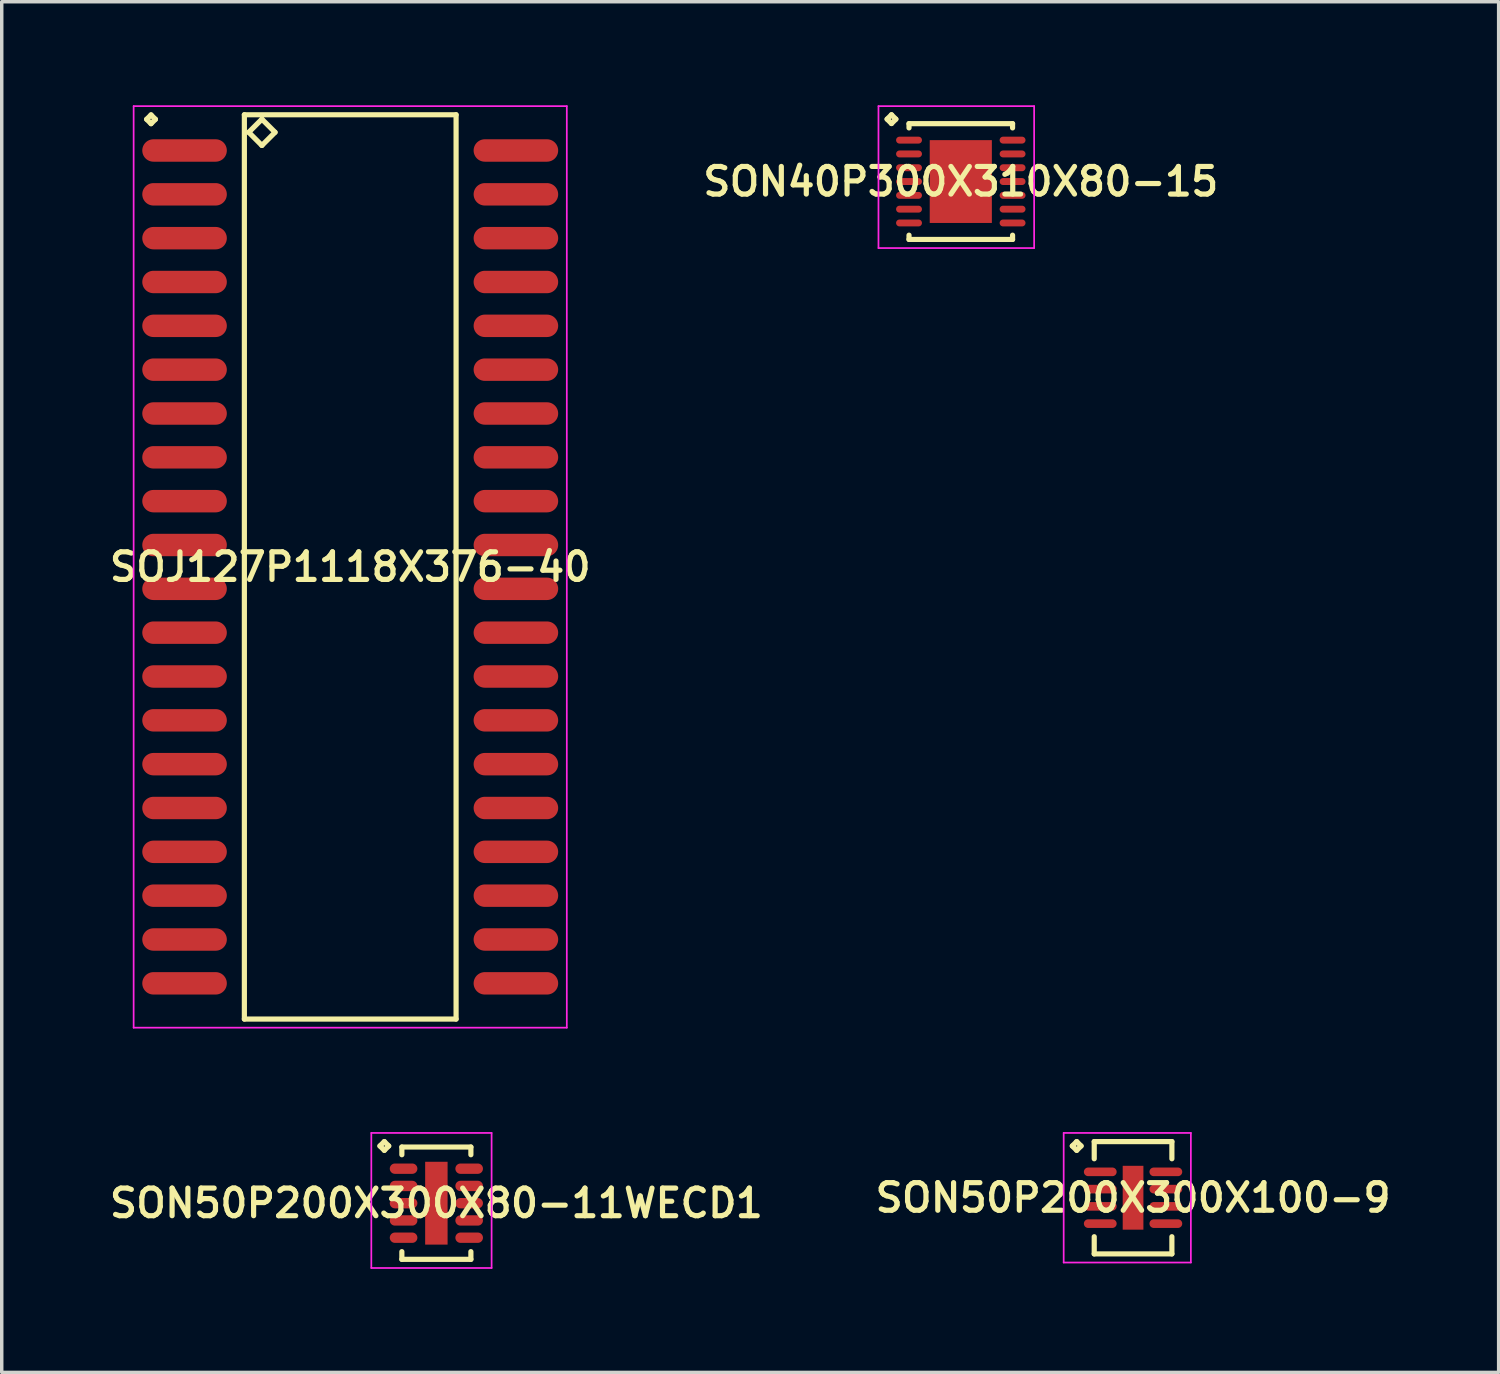
<source format=kicad_pcb>
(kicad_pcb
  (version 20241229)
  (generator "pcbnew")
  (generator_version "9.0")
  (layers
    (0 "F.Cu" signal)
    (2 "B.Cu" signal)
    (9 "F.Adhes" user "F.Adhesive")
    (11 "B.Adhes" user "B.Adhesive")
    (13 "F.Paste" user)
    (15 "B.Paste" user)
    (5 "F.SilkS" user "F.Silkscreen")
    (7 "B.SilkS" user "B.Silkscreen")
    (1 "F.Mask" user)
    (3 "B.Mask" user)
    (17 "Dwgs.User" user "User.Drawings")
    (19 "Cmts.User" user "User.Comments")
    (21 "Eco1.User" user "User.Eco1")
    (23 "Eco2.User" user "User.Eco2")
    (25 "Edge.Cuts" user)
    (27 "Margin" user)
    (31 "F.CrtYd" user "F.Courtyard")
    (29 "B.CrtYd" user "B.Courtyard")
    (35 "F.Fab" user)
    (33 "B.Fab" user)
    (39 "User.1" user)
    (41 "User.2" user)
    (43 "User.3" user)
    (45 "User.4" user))
  (footprint "SON40P300X310X80-15"
    (layer "F.Cu")
    (at 24.787 2.21)
    (property "Reference" "SON40P300X310X80-15" (at 0 0 0) (layer "F.SilkS") (effects (font (size 0.8 0.8) (thickness 0.15))))
    (attr smd)
    (fp_line (start -2.135 -1.808) (end -2.008 -1.935) (stroke (width 0.15) (type solid)) (layer "F.SilkS"))
    (fp_line (start -2.008 -1.935) (end -1.881 -1.808) (stroke (width 0.15) (type solid)) (layer "F.SilkS"))
    (fp_line (start -2.008 -1.681) (end -2.135 -1.808) (stroke (width 0.15) (type solid)) (layer "F.SilkS"))
    (fp_line (start -1.881 -1.808) (end -2.008 -1.681) (stroke (width 0.15) (type solid)) (layer "F.SilkS"))
    (fp_line (start -1.5 -1.677) (end 1.5 -1.677) (stroke (width 0.15) (type solid)) (layer "F.SilkS"))
    (fp_line (start -1.5 -1.554) (end -1.5 -1.677) (stroke (width 0.15) (type solid)) (layer "F.SilkS"))
    (fp_line (start -1.5 1.554) (end -1.5 1.677) (stroke (width 0.15) (type solid)) (layer "F.SilkS"))
    (fp_line (start -1.5 1.677) (end 1.5 1.677) (stroke (width 0.15) (type solid)) (layer "F.SilkS"))
    (fp_line (start 1.5 -1.677) (end 1.5 -1.554) (stroke (width 0.15) (type solid)) (layer "F.SilkS"))
    (fp_line (start 1.5 1.677) (end 1.5 1.554) (stroke (width 0.15) (type solid)) (layer "F.SilkS"))
    (fp_line (start -2.385 -2.185) (end 2.125 -2.185) (stroke (width 0.05) (type solid)) (layer "F.CrtYd"))
    (fp_line (start -2.385 1.927) (end -2.385 -2.185) (stroke (width 0.05) (type solid)) (layer "F.CrtYd"))
    (fp_line (start 2.125 -2.185) (end 2.125 1.927) (stroke (width 0.05) (type solid)) (layer "F.CrtYd"))
    (fp_line (start 2.125 1.927) (end -2.385 1.927) (stroke (width 0.05) (type solid)) (layer "F.CrtYd"))
    (pad "1" smd oval (at -1.5 -1.2) (size 0.75 0.2) (layers "F.Cu" "F.Mask" "F.Paste"))
    (pad "2" smd oval (at -1.5 -0.8) (size 0.75 0.2) (layers "F.Cu" "F.Mask" "F.Paste"))
    (pad "3" smd oval (at -1.5 -0.4) (size 0.75 0.2) (layers "F.Cu" "F.Mask" "F.Paste"))
    (pad "4" smd oval (at -1.5 0) (size 0.75 0.2) (layers "F.Cu" "F.Mask" "F.Paste"))
    (pad "5" smd oval (at -1.5 0.4) (size 0.75 0.2) (layers "F.Cu" "F.Mask" "F.Paste"))
    (pad "6" smd oval (at -1.5 0.8) (size 0.75 0.2) (layers "F.Cu" "F.Mask" "F.Paste"))
    (pad "7" smd oval (at -1.5 1.2) (size 0.75 0.2) (layers "F.Cu" "F.Mask" "F.Paste"))
    (pad "8" smd oval (at 1.5 1.2) (size 0.75 0.2) (layers "F.Cu" "F.Mask" "F.Paste"))
    (pad "9" smd oval (at 1.5 0.8) (size 0.75 0.2) (layers "F.Cu" "F.Mask" "F.Paste"))
    (pad "10" smd oval (at 1.5 0.4) (size 0.75 0.2) (layers "F.Cu" "F.Mask" "F.Paste"))
    (pad "11" smd oval (at 1.5 0) (size 0.75 0.2) (layers "F.Cu" "F.Mask" "F.Paste"))
    (pad "12" smd oval (at 1.5 -0.4) (size 0.75 0.2) (layers "F.Cu" "F.Mask" "F.Paste"))
    (pad "13" smd oval (at 1.5 -0.8) (size 0.75 0.2) (layers "F.Cu" "F.Mask" "F.Paste"))
    (pad "14" smd oval (at 1.5 -1.2) (size 0.75 0.2) (layers "F.Cu" "F.Mask" "F.Paste"))
    (pad "15" smd rect (at 0 0) (size 1.8 2.4) (layers "F.Cu" "F.Mask" "F.Paste")))
  (footprint "SON50P200X300X100-9"
    (layer "F.Cu")
    (at 29.778 31.652)
    (property "Reference" "SON50P200X300X100-9" (at 0 0 0) (layer "F.SilkS") (effects (font (size 0.8 0.8) (thickness 0.15))))
    (attr smd)
    (fp_line (start -1.76 -1.5) (end -1.633 -1.627) (stroke (width 0.15) (type solid)) (layer "F.SilkS"))
    (fp_line (start -1.633 -1.627) (end -1.506 -1.5) (stroke (width 0.15) (type solid)) (layer "F.SilkS"))
    (fp_line (start -1.633 -1.373) (end -1.76 -1.5) (stroke (width 0.15) (type solid)) (layer "F.SilkS"))
    (fp_line (start -1.506 -1.5) (end -1.633 -1.373) (stroke (width 0.15) (type solid)) (layer "F.SilkS"))
    (fp_line (start -1.125 -1.627) (end 1.125 -1.627) (stroke (width 0.15) (type solid)) (layer "F.SilkS"))
    (fp_line (start -1.125 -1.129) (end -1.125 -1.627) (stroke (width 0.15) (type solid)) (layer "F.SilkS"))
    (fp_line (start -1.125 1.129) (end -1.125 1.627) (stroke (width 0.15) (type solid)) (layer "F.SilkS"))
    (fp_line (start -1.125 1.627) (end 1.125 1.627) (stroke (width 0.15) (type solid)) (layer "F.SilkS"))
    (fp_line (start 1.125 -1.627) (end 1.125 -1.129) (stroke (width 0.15) (type solid)) (layer "F.SilkS"))
    (fp_line (start 1.125 1.627) (end 1.125 1.129) (stroke (width 0.15) (type solid)) (layer "F.SilkS"))
    (fp_line (start -2.01 -1.877) (end 1.675 -1.877) (stroke (width 0.05) (type solid)) (layer "F.CrtYd"))
    (fp_line (start -2.01 1.877) (end -2.01 -1.877) (stroke (width 0.05) (type solid)) (layer "F.CrtYd"))
    (fp_line (start 1.675 -1.877) (end 1.675 1.877) (stroke (width 0.05) (type solid)) (layer "F.CrtYd"))
    (fp_line (start 1.675 1.877) (end -2.01 1.877) (stroke (width 0.05) (type solid)) (layer "F.CrtYd"))
    (pad "1" smd oval (at -0.95 -0.75) (size 0.95 0.25) (layers "F.Cu" "F.Mask" "F.Paste"))
    (pad "2" smd oval (at -0.95 -0.25) (size 0.95 0.25) (layers "F.Cu" "F.Mask" "F.Paste"))
    (pad "3" smd oval (at -0.95 0.25) (size 0.95 0.25) (layers "F.Cu" "F.Mask" "F.Paste"))
    (pad "4" smd oval (at -0.95 0.75) (size 0.95 0.25) (layers "F.Cu" "F.Mask" "F.Paste"))
    (pad "5" smd oval (at 0.95 0.75) (size 0.95 0.25) (layers "F.Cu" "F.Mask" "F.Paste"))
    (pad "6" smd oval (at 0.95 0.25) (size 0.95 0.25) (layers "F.Cu" "F.Mask" "F.Paste"))
    (pad "7" smd oval (at 0.95 -0.25) (size 0.95 0.25) (layers "F.Cu" "F.Mask" "F.Paste"))
    (pad "8" smd oval (at 0.95 -0.75) (size 0.95 0.25) (layers "F.Cu" "F.Mask" "F.Paste"))
    (pad "9" smd rect (at 0 0) (size 0.6 1.85) (layers "F.Cu" "F.Mask" "F.Paste")))
  (footprint "SOJ127P1118X376-40"
    (layer "F.Cu")
    (at 7.097 13.375)
    (property "Reference" "SOJ127P1118X376-40" (at 0 0 0) (layer "F.SilkS") (effects (font (size 0.8 0.8) (thickness 0.15))))
    (attr smd)
    (fp_line (start -5.898 -12.969) (end -5.771 -13.096) (stroke (width 0.15) (type solid)) (layer "F.SilkS"))
    (fp_line (start -5.771 -13.096) (end -5.644 -12.969) (stroke (width 0.15) (type solid)) (layer "F.SilkS"))
    (fp_line (start -5.771 -12.842) (end -5.898 -12.969) (stroke (width 0.15) (type solid)) (layer "F.SilkS"))
    (fp_line (start -5.644 -12.969) (end -5.771 -12.842) (stroke (width 0.15) (type solid)) (layer "F.SilkS"))
    (fp_line (start -3.067 -13.1) (end -3.067 13.1) (stroke (width 0.15) (type solid)) (layer "F.SilkS"))
    (fp_line (start -3.067 13.1) (end 3.067 13.1) (stroke (width 0.15) (type solid)) (layer "F.SilkS"))
    (fp_line (start -2.94 -12.592) (end -2.559 -12.973) (stroke (width 0.15) (type solid)) (layer "F.SilkS"))
    (fp_line (start -2.559 -12.973) (end -2.178 -12.592) (stroke (width 0.15) (type solid)) (layer "F.SilkS"))
    (fp_line (start -2.559 -12.211) (end -2.94 -12.592) (stroke (width 0.15) (type solid)) (layer "F.SilkS"))
    (fp_line (start -2.178 -12.592) (end -2.559 -12.211) (stroke (width 0.15) (type solid)) (layer "F.SilkS"))
    (fp_line (start 3.067 -13.1) (end -3.067 -13.1) (stroke (width 0.15) (type solid)) (layer "F.SilkS"))
    (fp_line (start 3.067 13.1) (end 3.067 -13.1) (stroke (width 0.15) (type solid)) (layer "F.SilkS"))
    (fp_line (start -6.275 -13.35) (end 6.275 -13.35) (stroke (width 0.05) (type solid)) (layer "F.CrtYd"))
    (fp_line (start -6.275 13.35) (end -6.275 -13.35) (stroke (width 0.05) (type solid)) (layer "F.CrtYd"))
    (fp_line (start 6.275 -13.35) (end 6.275 13.35) (stroke (width 0.05) (type solid)) (layer "F.CrtYd"))
    (fp_line (start 6.275 13.35) (end -6.275 13.35) (stroke (width 0.05) (type solid)) (layer "F.CrtYd"))
    (pad "1" smd oval (at -4.8 -12.065) (size 2.45 0.65) (layers "F.Cu" "F.Mask" "F.Paste"))
    (pad "2" smd oval (at -4.8 -10.795) (size 2.45 0.65) (layers "F.Cu" "F.Mask" "F.Paste"))
    (pad "3" smd oval (at -4.8 -9.525) (size 2.45 0.65) (layers "F.Cu" "F.Mask" "F.Paste"))
    (pad "4" smd oval (at -4.8 -8.255) (size 2.45 0.65) (layers "F.Cu" "F.Mask" "F.Paste"))
    (pad "5" smd oval (at -4.8 -6.985) (size 2.45 0.65) (layers "F.Cu" "F.Mask" "F.Paste"))
    (pad "6" smd oval (at -4.8 -5.715) (size 2.45 0.65) (layers "F.Cu" "F.Mask" "F.Paste"))
    (pad "7" smd oval (at -4.8 -4.445) (size 2.45 0.65) (layers "F.Cu" "F.Mask" "F.Paste"))
    (pad "8" smd oval (at -4.8 -3.175) (size 2.45 0.65) (layers "F.Cu" "F.Mask" "F.Paste"))
    (pad "9" smd oval (at -4.8 -1.905) (size 2.45 0.65) (layers "F.Cu" "F.Mask" "F.Paste"))
    (pad "10" smd oval (at -4.8 -0.635) (size 2.45 0.65) (layers "F.Cu" "F.Mask" "F.Paste"))
    (pad "11" smd oval (at -4.8 0.635) (size 2.45 0.65) (layers "F.Cu" "F.Mask" "F.Paste"))
    (pad "12" smd oval (at -4.8 1.905) (size 2.45 0.65) (layers "F.Cu" "F.Mask" "F.Paste"))
    (pad "13" smd oval (at -4.8 3.175) (size 2.45 0.65) (layers "F.Cu" "F.Mask" "F.Paste"))
    (pad "14" smd oval (at -4.8 4.445) (size 2.45 0.65) (layers "F.Cu" "F.Mask" "F.Paste"))
    (pad "15" smd oval (at -4.8 5.715) (size 2.45 0.65) (layers "F.Cu" "F.Mask" "F.Paste"))
    (pad "16" smd oval (at -4.8 6.985) (size 2.45 0.65) (layers "F.Cu" "F.Mask" "F.Paste"))
    (pad "17" smd oval (at -4.8 8.255) (size 2.45 0.65) (layers "F.Cu" "F.Mask" "F.Paste"))
    (pad "18" smd oval (at -4.8 9.525) (size 2.45 0.65) (layers "F.Cu" "F.Mask" "F.Paste"))
    (pad "19" smd oval (at -4.8 10.795) (size 2.45 0.65) (layers "F.Cu" "F.Mask" "F.Paste"))
    (pad "20" smd oval (at -4.8 12.065) (size 2.45 0.65) (layers "F.Cu" "F.Mask" "F.Paste"))
    (pad "21" smd oval (at 4.8 12.065) (size 2.45 0.65) (layers "F.Cu" "F.Mask" "F.Paste"))
    (pad "22" smd oval (at 4.8 10.795) (size 2.45 0.65) (layers "F.Cu" "F.Mask" "F.Paste"))
    (pad "23" smd oval (at 4.8 9.525) (size 2.45 0.65) (layers "F.Cu" "F.Mask" "F.Paste"))
    (pad "24" smd oval (at 4.8 8.255) (size 2.45 0.65) (layers "F.Cu" "F.Mask" "F.Paste"))
    (pad "25" smd oval (at 4.8 6.985) (size 2.45 0.65) (layers "F.Cu" "F.Mask" "F.Paste"))
    (pad "26" smd oval (at 4.8 5.715) (size 2.45 0.65) (layers "F.Cu" "F.Mask" "F.Paste"))
    (pad "27" smd oval (at 4.8 4.445) (size 2.45 0.65) (layers "F.Cu" "F.Mask" "F.Paste"))
    (pad "28" smd oval (at 4.8 3.175) (size 2.45 0.65) (layers "F.Cu" "F.Mask" "F.Paste"))
    (pad "29" smd oval (at 4.8 1.905) (size 2.45 0.65) (layers "F.Cu" "F.Mask" "F.Paste"))
    (pad "30" smd oval (at 4.8 0.635) (size 2.45 0.65) (layers "F.Cu" "F.Mask" "F.Paste"))
    (pad "31" smd oval (at 4.8 -0.635) (size 2.45 0.65) (layers "F.Cu" "F.Mask" "F.Paste"))
    (pad "32" smd oval (at 4.8 -1.905) (size 2.45 0.65) (layers "F.Cu" "F.Mask" "F.Paste"))
    (pad "33" smd oval (at 4.8 -3.175) (size 2.45 0.65) (layers "F.Cu" "F.Mask" "F.Paste"))
    (pad "34" smd oval (at 4.8 -4.445) (size 2.45 0.65) (layers "F.Cu" "F.Mask" "F.Paste"))
    (pad "35" smd oval (at 4.8 -5.715) (size 2.45 0.65) (layers "F.Cu" "F.Mask" "F.Paste"))
    (pad "36" smd oval (at 4.8 -6.985) (size 2.45 0.65) (layers "F.Cu" "F.Mask" "F.Paste"))
    (pad "37" smd oval (at 4.8 -8.255) (size 2.45 0.65) (layers "F.Cu" "F.Mask" "F.Paste"))
    (pad "38" smd oval (at 4.8 -9.525) (size 2.45 0.65) (layers "F.Cu" "F.Mask" "F.Paste"))
    (pad "39" smd oval (at 4.8 -10.795) (size 2.45 0.65) (layers "F.Cu" "F.Mask" "F.Paste"))
    (pad "40" smd oval (at 4.8 -12.065) (size 2.45 0.65) (layers "F.Cu" "F.Mask" "F.Paste")))
  (footprint "SON50P200X300X80-11WECD1"
    (layer "F.Cu")
    (at 9.593 31.81)
    (property "Reference" "SON50P200X300X80-11WECD1" (at 0 0 0) (layer "F.SilkS") (effects (font (size 0.8 0.8) (thickness 0.15))))
    (attr smd)
    (fp_line (start -1.635 -1.658) (end -1.508 -1.785) (stroke (width 0.15) (type solid)) (layer "F.SilkS"))
    (fp_line (start -1.508 -1.785) (end -1.381 -1.658) (stroke (width 0.15) (type solid)) (layer "F.SilkS"))
    (fp_line (start -1.508 -1.531) (end -1.635 -1.658) (stroke (width 0.15) (type solid)) (layer "F.SilkS"))
    (fp_line (start -1.381 -1.658) (end -1.508 -1.531) (stroke (width 0.15) (type solid)) (layer "F.SilkS"))
    (fp_line (start -1 -1.627) (end 1 -1.627) (stroke (width 0.15) (type solid)) (layer "F.SilkS"))
    (fp_line (start -1 -1.404) (end -1 -1.627) (stroke (width 0.15) (type solid)) (layer "F.SilkS"))
    (fp_line (start -1 1.404) (end -1 1.627) (stroke (width 0.15) (type solid)) (layer "F.SilkS"))
    (fp_line (start -1 1.627) (end 1 1.627) (stroke (width 0.15) (type solid)) (layer "F.SilkS"))
    (fp_line (start 1 -1.627) (end 1 -1.404) (stroke (width 0.15) (type solid)) (layer "F.SilkS"))
    (fp_line (start 1 1.627) (end 1 1.404) (stroke (width 0.15) (type solid)) (layer "F.SilkS"))
    (fp_line (start -1.885 -2.035) (end 1.6 -2.035) (stroke (width 0.05) (type solid)) (layer "F.CrtYd"))
    (fp_line (start -1.885 1.877) (end -1.885 -2.035) (stroke (width 0.05) (type solid)) (layer "F.CrtYd"))
    (fp_line (start 1.6 -2.035) (end 1.6 1.877) (stroke (width 0.05) (type solid)) (layer "F.CrtYd"))
    (fp_line (start 1.6 1.877) (end -1.885 1.877) (stroke (width 0.05) (type solid)) (layer "F.CrtYd"))
    (pad "1" smd oval (at -0.95 -1) (size 0.8 0.3) (layers "F.Cu" "F.Mask" "F.Paste"))
    (pad "2" smd oval (at -0.95 -0.5) (size 0.8 0.3) (layers "F.Cu" "F.Mask" "F.Paste"))
    (pad "3" smd oval (at -0.95 0) (size 0.8 0.3) (layers "F.Cu" "F.Mask" "F.Paste"))
    (pad "4" smd oval (at -0.95 0.5) (size 0.8 0.3) (layers "F.Cu" "F.Mask" "F.Paste"))
    (pad "5" smd oval (at -0.95 1) (size 0.8 0.3) (layers "F.Cu" "F.Mask" "F.Paste"))
    (pad "6" smd oval (at 0.95 1) (size 0.8 0.3) (layers "F.Cu" "F.Mask" "F.Paste"))
    (pad "7" smd oval (at 0.95 0.5) (size 0.8 0.3) (layers "F.Cu" "F.Mask" "F.Paste"))
    (pad "8" smd oval (at 0.95 0) (size 0.8 0.3) (layers "F.Cu" "F.Mask" "F.Paste"))
    (pad "9" smd oval (at 0.95 -0.5) (size 0.8 0.3) (layers "F.Cu" "F.Mask" "F.Paste"))
    (pad "10" smd oval (at 0.95 -1) (size 0.8 0.3) (layers "F.Cu" "F.Mask" "F.Paste"))
    (pad "11" smd rect (at 0 0) (size 0.65 2.4) (layers "F.Cu" "F.Mask" "F.Paste")))
  (gr_rect
    (start -3 -3)
    (end 40.37 36.712)
    (stroke (width 0.1) (type default))
    (fill no)
    (layer "Edge.Cuts")))
</source>
